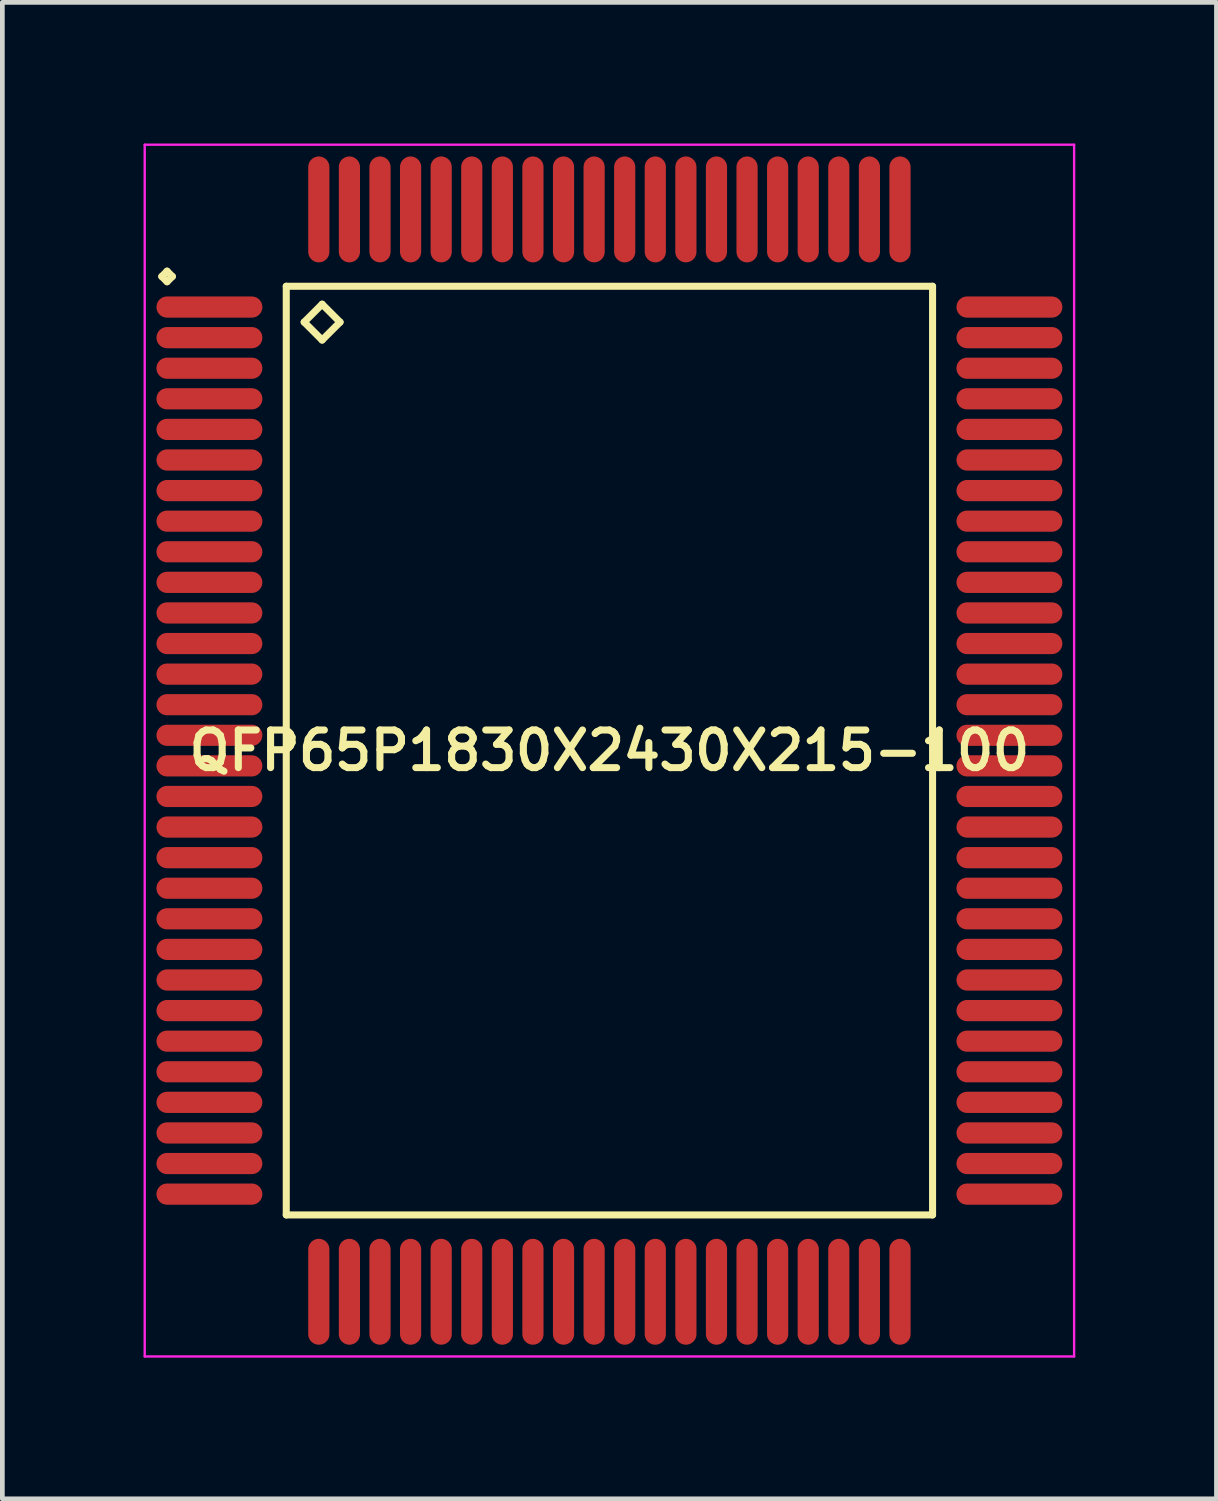
<source format=kicad_pcb>
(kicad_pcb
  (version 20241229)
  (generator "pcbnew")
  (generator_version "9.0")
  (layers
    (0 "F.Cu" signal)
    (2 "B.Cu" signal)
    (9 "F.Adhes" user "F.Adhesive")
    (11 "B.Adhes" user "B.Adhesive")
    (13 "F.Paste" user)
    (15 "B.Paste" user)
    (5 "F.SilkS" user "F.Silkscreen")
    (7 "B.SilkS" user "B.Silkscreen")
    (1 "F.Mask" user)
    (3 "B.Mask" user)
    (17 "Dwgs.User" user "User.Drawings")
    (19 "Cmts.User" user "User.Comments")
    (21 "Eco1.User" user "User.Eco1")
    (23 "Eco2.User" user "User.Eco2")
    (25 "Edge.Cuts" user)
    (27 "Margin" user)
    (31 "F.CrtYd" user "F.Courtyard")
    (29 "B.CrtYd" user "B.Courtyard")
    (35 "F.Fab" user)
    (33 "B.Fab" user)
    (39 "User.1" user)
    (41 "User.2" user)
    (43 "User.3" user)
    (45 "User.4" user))
  (footprint "QFP65P1830X2430X215-100"
    (layer "F.Cu")
    (at 9.9 12.9)
    (property "Reference" "QFP65P1830X2430X215-100" (at 0 0 0) (layer "F.SilkS") (effects (font (size 0.8 0.8) (thickness 0.15))))
    (attr smd)
    (fp_line (start -9.512 -10.075) (end -9.4 -10.188) (stroke (width 0.15) (type solid)) (layer "F.SilkS"))
    (fp_line (start -9.4 -10.188) (end -9.287 -10.075) (stroke (width 0.15) (type solid)) (layer "F.SilkS"))
    (fp_line (start -9.4 -9.963) (end -9.512 -10.075) (stroke (width 0.15) (type solid)) (layer "F.SilkS"))
    (fp_line (start -9.287 -10.075) (end -9.4 -9.963) (stroke (width 0.15) (type solid)) (layer "F.SilkS"))
    (fp_line (start -6.867 -9.867) (end -6.867 9.867) (stroke (width 0.15) (type solid)) (layer "F.SilkS"))
    (fp_line (start -6.867 9.867) (end 6.867 9.867) (stroke (width 0.15) (type solid)) (layer "F.SilkS"))
    (fp_line (start -6.486 -9.105) (end -6.105 -9.486) (stroke (width 0.15) (type solid)) (layer "F.SilkS"))
    (fp_line (start -6.105 -9.486) (end -5.724 -9.105) (stroke (width 0.15) (type solid)) (layer "F.SilkS"))
    (fp_line (start -6.105 -8.724) (end -6.486 -9.105) (stroke (width 0.15) (type solid)) (layer "F.SilkS"))
    (fp_line (start -5.724 -9.105) (end -6.105 -8.724) (stroke (width 0.15) (type solid)) (layer "F.SilkS"))
    (fp_line (start 6.867 -9.867) (end -6.867 -9.867) (stroke (width 0.15) (type solid)) (layer "F.SilkS"))
    (fp_line (start 6.867 9.867) (end 6.867 -9.867) (stroke (width 0.15) (type solid)) (layer "F.SilkS"))
    (fp_line (start -9.875 -12.875) (end 9.875 -12.875) (stroke (width 0.05) (type solid)) (layer "F.CrtYd"))
    (fp_line (start -9.875 12.875) (end -9.875 -12.875) (stroke (width 0.05) (type solid)) (layer "F.CrtYd"))
    (fp_line (start 9.875 -12.875) (end 9.875 12.875) (stroke (width 0.05) (type solid)) (layer "F.CrtYd"))
    (fp_line (start 9.875 12.875) (end -9.875 12.875) (stroke (width 0.05) (type solid)) (layer "F.CrtYd"))
    (pad "1" smd oval (at -8.5 -9.425) (size 2.25 0.45) (layers "F.Cu" "F.Mask" "F.Paste"))
    (pad "2" smd oval (at -8.5 -8.775) (size 2.25 0.45) (layers "F.Cu" "F.Mask" "F.Paste"))
    (pad "3" smd oval (at -8.5 -8.125) (size 2.25 0.45) (layers "F.Cu" "F.Mask" "F.Paste"))
    (pad "4" smd oval (at -8.5 -7.475) (size 2.25 0.45) (layers "F.Cu" "F.Mask" "F.Paste"))
    (pad "5" smd oval (at -8.5 -6.825) (size 2.25 0.45) (layers "F.Cu" "F.Mask" "F.Paste"))
    (pad "6" smd oval (at -8.5 -6.175) (size 2.25 0.45) (layers "F.Cu" "F.Mask" "F.Paste"))
    (pad "7" smd oval (at -8.5 -5.525) (size 2.25 0.45) (layers "F.Cu" "F.Mask" "F.Paste"))
    (pad "8" smd oval (at -8.5 -4.875) (size 2.25 0.45) (layers "F.Cu" "F.Mask" "F.Paste"))
    (pad "9" smd oval (at -8.5 -4.225) (size 2.25 0.45) (layers "F.Cu" "F.Mask" "F.Paste"))
    (pad "10" smd oval (at -8.5 -3.575) (size 2.25 0.45) (layers "F.Cu" "F.Mask" "F.Paste"))
    (pad "11" smd oval (at -8.5 -2.925) (size 2.25 0.45) (layers "F.Cu" "F.Mask" "F.Paste"))
    (pad "12" smd oval (at -8.5 -2.275) (size 2.25 0.45) (layers "F.Cu" "F.Mask" "F.Paste"))
    (pad "13" smd oval (at -8.5 -1.625) (size 2.25 0.45) (layers "F.Cu" "F.Mask" "F.Paste"))
    (pad "14" smd oval (at -8.5 -0.975) (size 2.25 0.45) (layers "F.Cu" "F.Mask" "F.Paste"))
    (pad "15" smd oval (at -8.5 -0.325) (size 2.25 0.45) (layers "F.Cu" "F.Mask" "F.Paste"))
    (pad "16" smd oval (at -8.5 0.325) (size 2.25 0.45) (layers "F.Cu" "F.Mask" "F.Paste"))
    (pad "17" smd oval (at -8.5 0.975) (size 2.25 0.45) (layers "F.Cu" "F.Mask" "F.Paste"))
    (pad "18" smd oval (at -8.5 1.625) (size 2.25 0.45) (layers "F.Cu" "F.Mask" "F.Paste"))
    (pad "19" smd oval (at -8.5 2.275) (size 2.25 0.45) (layers "F.Cu" "F.Mask" "F.Paste"))
    (pad "20" smd oval (at -8.5 2.925) (size 2.25 0.45) (layers "F.Cu" "F.Mask" "F.Paste"))
    (pad "21" smd oval (at -8.5 3.575) (size 2.25 0.45) (layers "F.Cu" "F.Mask" "F.Paste"))
    (pad "22" smd oval (at -8.5 4.225) (size 2.25 0.45) (layers "F.Cu" "F.Mask" "F.Paste"))
    (pad "23" smd oval (at -8.5 4.875) (size 2.25 0.45) (layers "F.Cu" "F.Mask" "F.Paste"))
    (pad "24" smd oval (at -8.5 5.525) (size 2.25 0.45) (layers "F.Cu" "F.Mask" "F.Paste"))
    (pad "25" smd oval (at -8.5 6.175) (size 2.25 0.45) (layers "F.Cu" "F.Mask" "F.Paste"))
    (pad "26" smd oval (at -8.5 6.825) (size 2.25 0.45) (layers "F.Cu" "F.Mask" "F.Paste"))
    (pad "27" smd oval (at -8.5 7.475) (size 2.25 0.45) (layers "F.Cu" "F.Mask" "F.Paste"))
    (pad "28" smd oval (at -8.5 8.125) (size 2.25 0.45) (layers "F.Cu" "F.Mask" "F.Paste"))
    (pad "29" smd oval (at -8.5 8.775) (size 2.25 0.45) (layers "F.Cu" "F.Mask" "F.Paste"))
    (pad "30" smd oval (at -8.5 9.425) (size 2.25 0.45) (layers "F.Cu" "F.Mask" "F.Paste"))
    (pad "31" smd oval (at -6.175 11.5) (size 0.45 2.25) (layers "F.Cu" "F.Mask" "F.Paste"))
    (pad "32" smd oval (at -5.525 11.5) (size 0.45 2.25) (layers "F.Cu" "F.Mask" "F.Paste"))
    (pad "33" smd oval (at -4.875 11.5) (size 0.45 2.25) (layers "F.Cu" "F.Mask" "F.Paste"))
    (pad "34" smd oval (at -4.225 11.5) (size 0.45 2.25) (layers "F.Cu" "F.Mask" "F.Paste"))
    (pad "35" smd oval (at -3.575 11.5) (size 0.45 2.25) (layers "F.Cu" "F.Mask" "F.Paste"))
    (pad "36" smd oval (at -2.925 11.5) (size 0.45 2.25) (layers "F.Cu" "F.Mask" "F.Paste"))
    (pad "37" smd oval (at -2.275 11.5) (size 0.45 2.25) (layers "F.Cu" "F.Mask" "F.Paste"))
    (pad "38" smd oval (at -1.625 11.5) (size 0.45 2.25) (layers "F.Cu" "F.Mask" "F.Paste"))
    (pad "39" smd oval (at -0.975 11.5) (size 0.45 2.25) (layers "F.Cu" "F.Mask" "F.Paste"))
    (pad "40" smd oval (at -0.325 11.5) (size 0.45 2.25) (layers "F.Cu" "F.Mask" "F.Paste"))
    (pad "41" smd oval (at 0.325 11.5) (size 0.45 2.25) (layers "F.Cu" "F.Mask" "F.Paste"))
    (pad "42" smd oval (at 0.975 11.5) (size 0.45 2.25) (layers "F.Cu" "F.Mask" "F.Paste"))
    (pad "43" smd oval (at 1.625 11.5) (size 0.45 2.25) (layers "F.Cu" "F.Mask" "F.Paste"))
    (pad "44" smd oval (at 2.275 11.5) (size 0.45 2.25) (layers "F.Cu" "F.Mask" "F.Paste"))
    (pad "45" smd oval (at 2.925 11.5) (size 0.45 2.25) (layers "F.Cu" "F.Mask" "F.Paste"))
    (pad "46" smd oval (at 3.575 11.5) (size 0.45 2.25) (layers "F.Cu" "F.Mask" "F.Paste"))
    (pad "47" smd oval (at 4.225 11.5) (size 0.45 2.25) (layers "F.Cu" "F.Mask" "F.Paste"))
    (pad "48" smd oval (at 4.875 11.5) (size 0.45 2.25) (layers "F.Cu" "F.Mask" "F.Paste"))
    (pad "49" smd oval (at 5.525 11.5) (size 0.45 2.25) (layers "F.Cu" "F.Mask" "F.Paste"))
    (pad "50" smd oval (at 6.175 11.5) (size 0.45 2.25) (layers "F.Cu" "F.Mask" "F.Paste"))
    (pad "51" smd oval (at 8.5 9.425) (size 2.25 0.45) (layers "F.Cu" "F.Mask" "F.Paste"))
    (pad "52" smd oval (at 8.5 8.775) (size 2.25 0.45) (layers "F.Cu" "F.Mask" "F.Paste"))
    (pad "53" smd oval (at 8.5 8.125) (size 2.25 0.45) (layers "F.Cu" "F.Mask" "F.Paste"))
    (pad "54" smd oval (at 8.5 7.475) (size 2.25 0.45) (layers "F.Cu" "F.Mask" "F.Paste"))
    (pad "55" smd oval (at 8.5 6.825) (size 2.25 0.45) (layers "F.Cu" "F.Mask" "F.Paste"))
    (pad "56" smd oval (at 8.5 6.175) (size 2.25 0.45) (layers "F.Cu" "F.Mask" "F.Paste"))
    (pad "57" smd oval (at 8.5 5.525) (size 2.25 0.45) (layers "F.Cu" "F.Mask" "F.Paste"))
    (pad "58" smd oval (at 8.5 4.875) (size 2.25 0.45) (layers "F.Cu" "F.Mask" "F.Paste"))
    (pad "59" smd oval (at 8.5 4.225) (size 2.25 0.45) (layers "F.Cu" "F.Mask" "F.Paste"))
    (pad "60" smd oval (at 8.5 3.575) (size 2.25 0.45) (layers "F.Cu" "F.Mask" "F.Paste"))
    (pad "61" smd oval (at 8.5 2.925) (size 2.25 0.45) (layers "F.Cu" "F.Mask" "F.Paste"))
    (pad "62" smd oval (at 8.5 2.275) (size 2.25 0.45) (layers "F.Cu" "F.Mask" "F.Paste"))
    (pad "63" smd oval (at 8.5 1.625) (size 2.25 0.45) (layers "F.Cu" "F.Mask" "F.Paste"))
    (pad "64" smd oval (at 8.5 0.975) (size 2.25 0.45) (layers "F.Cu" "F.Mask" "F.Paste"))
    (pad "65" smd oval (at 8.5 0.325) (size 2.25 0.45) (layers "F.Cu" "F.Mask" "F.Paste"))
    (pad "66" smd oval (at 8.5 -0.325) (size 2.25 0.45) (layers "F.Cu" "F.Mask" "F.Paste"))
    (pad "67" smd oval (at 8.5 -0.975) (size 2.25 0.45) (layers "F.Cu" "F.Mask" "F.Paste"))
    (pad "68" smd oval (at 8.5 -1.625) (size 2.25 0.45) (layers "F.Cu" "F.Mask" "F.Paste"))
    (pad "69" smd oval (at 8.5 -2.275) (size 2.25 0.45) (layers "F.Cu" "F.Mask" "F.Paste"))
    (pad "70" smd oval (at 8.5 -2.925) (size 2.25 0.45) (layers "F.Cu" "F.Mask" "F.Paste"))
    (pad "71" smd oval (at 8.5 -3.575) (size 2.25 0.45) (layers "F.Cu" "F.Mask" "F.Paste"))
    (pad "72" smd oval (at 8.5 -4.225) (size 2.25 0.45) (layers "F.Cu" "F.Mask" "F.Paste"))
    (pad "73" smd oval (at 8.5 -4.875) (size 2.25 0.45) (layers "F.Cu" "F.Mask" "F.Paste"))
    (pad "74" smd oval (at 8.5 -5.525) (size 2.25 0.45) (layers "F.Cu" "F.Mask" "F.Paste"))
    (pad "75" smd oval (at 8.5 -6.175) (size 2.25 0.45) (layers "F.Cu" "F.Mask" "F.Paste"))
    (pad "76" smd oval (at 8.5 -6.825) (size 2.25 0.45) (layers "F.Cu" "F.Mask" "F.Paste"))
    (pad "77" smd oval (at 8.5 -7.475) (size 2.25 0.45) (layers "F.Cu" "F.Mask" "F.Paste"))
    (pad "78" smd oval (at 8.5 -8.125) (size 2.25 0.45) (layers "F.Cu" "F.Mask" "F.Paste"))
    (pad "79" smd oval (at 8.5 -8.775) (size 2.25 0.45) (layers "F.Cu" "F.Mask" "F.Paste"))
    (pad "80" smd oval (at 8.5 -9.425) (size 2.25 0.45) (layers "F.Cu" "F.Mask" "F.Paste"))
    (pad "81" smd oval (at 6.175 -11.5) (size 0.45 2.25) (layers "F.Cu" "F.Mask" "F.Paste"))
    (pad "82" smd oval (at 5.525 -11.5) (size 0.45 2.25) (layers "F.Cu" "F.Mask" "F.Paste"))
    (pad "83" smd oval (at 4.875 -11.5) (size 0.45 2.25) (layers "F.Cu" "F.Mask" "F.Paste"))
    (pad "84" smd oval (at 4.225 -11.5) (size 0.45 2.25) (layers "F.Cu" "F.Mask" "F.Paste"))
    (pad "85" smd oval (at 3.575 -11.5) (size 0.45 2.25) (layers "F.Cu" "F.Mask" "F.Paste"))
    (pad "86" smd oval (at 2.925 -11.5) (size 0.45 2.25) (layers "F.Cu" "F.Mask" "F.Paste"))
    (pad "87" smd oval (at 2.275 -11.5) (size 0.45 2.25) (layers "F.Cu" "F.Mask" "F.Paste"))
    (pad "88" smd oval (at 1.625 -11.5) (size 0.45 2.25) (layers "F.Cu" "F.Mask" "F.Paste"))
    (pad "89" smd oval (at 0.975 -11.5) (size 0.45 2.25) (layers "F.Cu" "F.Mask" "F.Paste"))
    (pad "90" smd oval (at 0.325 -11.5) (size 0.45 2.25) (layers "F.Cu" "F.Mask" "F.Paste"))
    (pad "91" smd oval (at -0.325 -11.5) (size 0.45 2.25) (layers "F.Cu" "F.Mask" "F.Paste"))
    (pad "92" smd oval (at -0.975 -11.5) (size 0.45 2.25) (layers "F.Cu" "F.Mask" "F.Paste"))
    (pad "93" smd oval (at -1.625 -11.5) (size 0.45 2.25) (layers "F.Cu" "F.Mask" "F.Paste"))
    (pad "94" smd oval (at -2.275 -11.5) (size 0.45 2.25) (layers "F.Cu" "F.Mask" "F.Paste"))
    (pad "95" smd oval (at -2.925 -11.5) (size 0.45 2.25) (layers "F.Cu" "F.Mask" "F.Paste"))
    (pad "96" smd oval (at -3.575 -11.5) (size 0.45 2.25) (layers "F.Cu" "F.Mask" "F.Paste"))
    (pad "97" smd oval (at -4.225 -11.5) (size 0.45 2.25) (layers "F.Cu" "F.Mask" "F.Paste"))
    (pad "98" smd oval (at -4.875 -11.5) (size 0.45 2.25) (layers "F.Cu" "F.Mask" "F.Paste"))
    (pad "99" smd oval (at -5.525 -11.5) (size 0.45 2.25) (layers "F.Cu" "F.Mask" "F.Paste"))
    (pad "100" smd oval (at -6.175 -11.5) (size 0.45 2.25) (layers "F.Cu" "F.Mask" "F.Paste")))
  (gr_rect
    (start -3 -3)
    (end 22.8 28.8)
    (stroke (width 0.1) (type default))
    (fill no)
    (layer "Edge.Cuts")))
</source>
